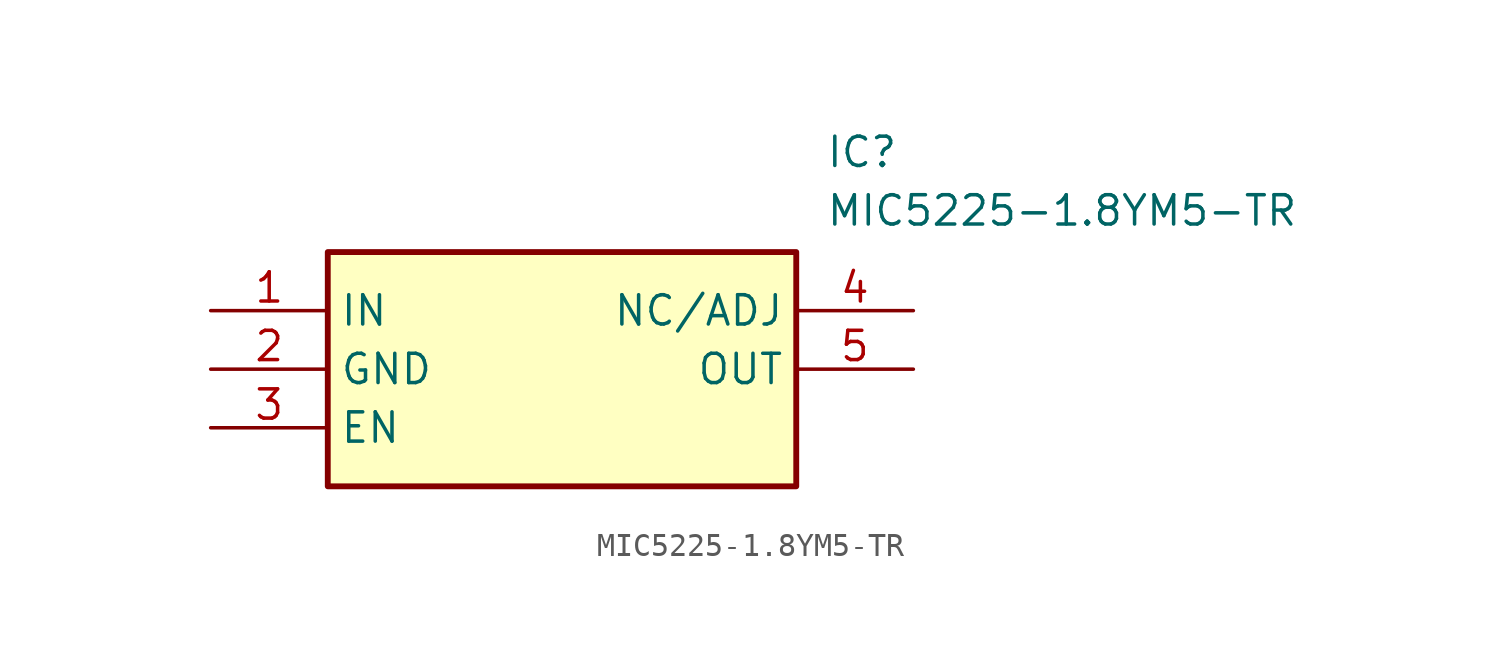
<source format=kicad_sym>
(kicad_symbol_lib
  (version 20211014)
  (generator SamacSys_ECAD_Model)
  (symbol "MIC5225-1.8YM5-TR"
    (property "Reference" "IC"
      (at 26.67 7.62 0)
      (effects (font (size 1.27 1.27)) (justify left top)))
    (property "Value" "MIC5225-1.8YM5-TR"
      (at 26.67 5.08 0)
      (effects (font (size 1.27 1.27)) (justify left top)))
    (rectangle
      (start 5.08 2.54)
      (end 25.4 -7.62)
      (stroke (width 0.254) (type default))
      (fill (type background)))
    (pin passive line
      (at 0 0 0)
      (length 5.08)
      (name "IN" (effects (font (size 1.27 1.27))))
      (number "1" (effects (font (size 1.27 1.27)))))
    (pin passive line
      (at 0 -2.54 0)
      (length 5.08)
      (name "GND" (effects (font (size 1.27 1.27))))
      (number "2" (effects (font (size 1.27 1.27)))))
    (pin passive line
      (at 0 -5.08 0)
      (length 5.08)
      (name "EN" (effects (font (size 1.27 1.27))))
      (number "3" (effects (font (size 1.27 1.27)))))
    (pin passive line
      (at 30.48 0 180)
      (length 5.08)
      (name "NC/ADJ" (effects (font (size 1.27 1.27))))
      (number "4" (effects (font (size 1.27 1.27)))))
    (pin passive line
      (at 30.48 -2.54 180)
      (length 5.08)
      (name "OUT" (effects (font (size 1.27 1.27))))
      (number "5" (effects (font (size 1.27 1.27)))))))
</source>
